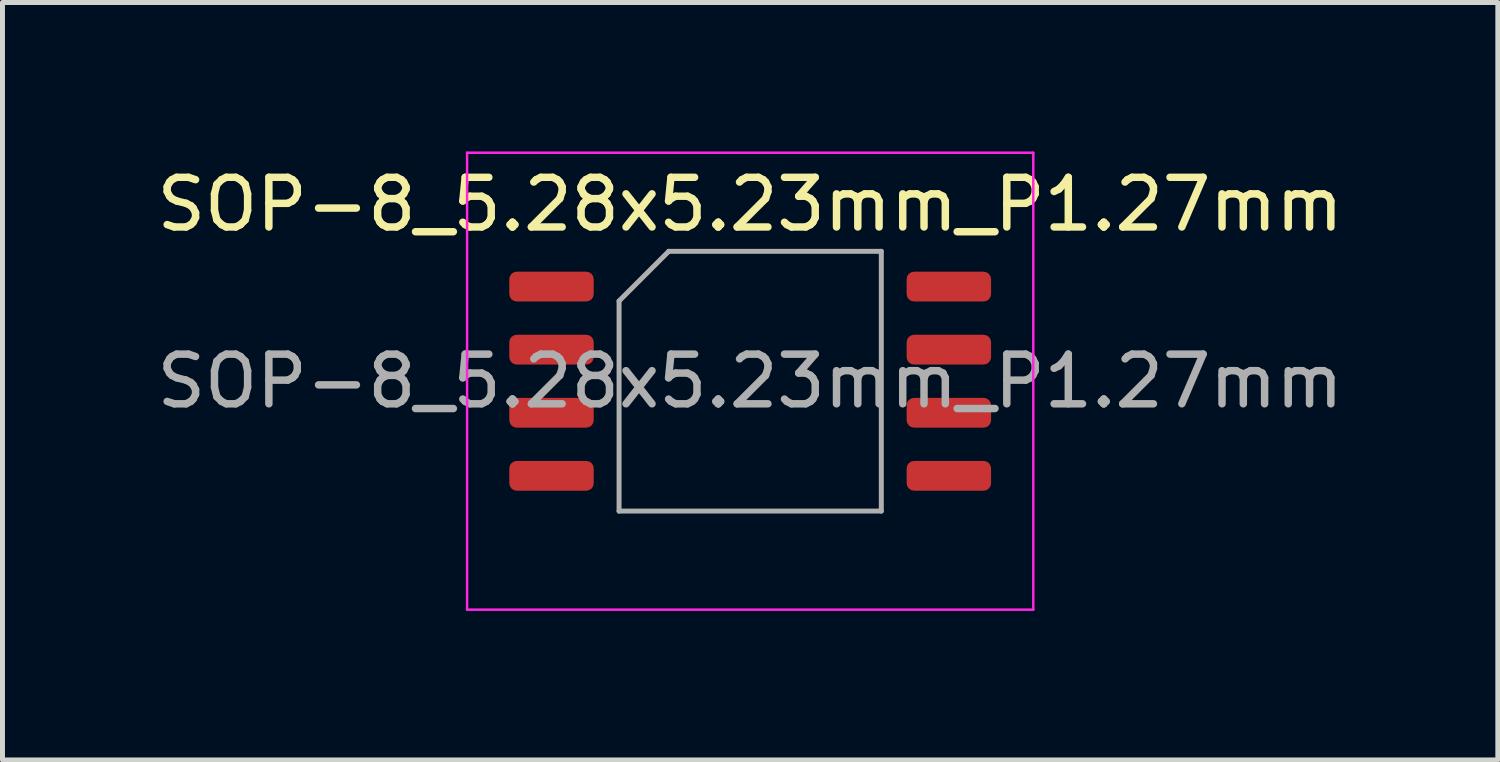
<source format=kicad_pcb>
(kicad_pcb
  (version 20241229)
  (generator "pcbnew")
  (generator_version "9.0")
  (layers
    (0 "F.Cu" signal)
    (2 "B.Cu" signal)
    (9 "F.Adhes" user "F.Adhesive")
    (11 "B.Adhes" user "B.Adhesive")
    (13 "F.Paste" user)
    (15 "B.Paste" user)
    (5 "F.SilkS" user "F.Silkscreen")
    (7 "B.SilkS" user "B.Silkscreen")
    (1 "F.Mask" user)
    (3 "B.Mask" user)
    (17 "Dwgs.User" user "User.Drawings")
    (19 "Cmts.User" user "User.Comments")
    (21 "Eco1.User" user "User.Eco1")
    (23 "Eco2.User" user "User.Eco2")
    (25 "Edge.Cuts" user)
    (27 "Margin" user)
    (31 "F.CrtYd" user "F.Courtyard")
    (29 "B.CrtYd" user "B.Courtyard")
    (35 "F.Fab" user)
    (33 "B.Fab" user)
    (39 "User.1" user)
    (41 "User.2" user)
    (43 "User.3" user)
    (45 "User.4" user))
  (footprint "SOP-8_5.28x5.23mm_P1.27mm"
    (layer "F.Cu")
    (at 12.054 4.625)
    (property "Reference" "SOP-8_5.28x5.23mm_P1.27mm" (at 0 -3.56 0) (layer "F.SilkS") (effects (font (size 1 1) (thickness 0.15))))
    (attr smd)
    (fp_line (start -5.7 -4.6) (end -5.7 4.6) (stroke (width 0.05) (type solid)) (layer "F.CrtYd"))
    (fp_line (start -5.7 4.6) (end 5.7 4.6) (stroke (width 0.05) (type solid)) (layer "F.CrtYd"))
    (fp_line (start 5.7 -4.6) (end -5.7 -4.6) (stroke (width 0.05) (type solid)) (layer "F.CrtYd"))
    (fp_line (start 5.7 4.6) (end 5.7 -4.6) (stroke (width 0.05) (type solid)) (layer "F.CrtYd"))
    (fp_line (start -2.64 -1.615) (end -1.64 -2.615) (stroke (width 0.1) (type solid)) (layer "F.Fab"))
    (fp_line (start -2.64 2.615) (end -2.64 -1.615) (stroke (width 0.1) (type solid)) (layer "F.Fab"))
    (fp_line (start -1.64 -2.615) (end 2.64 -2.615) (stroke (width 0.1) (type solid)) (layer "F.Fab"))
    (fp_line (start 2.64 -2.615) (end 2.64 2.615) (stroke (width 0.1) (type solid)) (layer "F.Fab"))
    (fp_line (start 2.64 2.615) (end -2.64 2.615) (stroke (width 0.1) (type solid)) (layer "F.Fab"))
    (fp_text user "${REFERENCE}" (at 0 0 0) (layer "F.Fab") (effects (font (size 1 1) (thickness 0.15))))
    (pad "1" smd roundrect (at -4 -1.905) (size 1.7 0.6) (layers "F.Cu" "F.Mask" "F.Paste") (roundrect_rratio 0.25))
    (pad "2" smd roundrect (at -4 -0.635) (size 1.7 0.6) (layers "F.Cu" "F.Mask" "F.Paste") (roundrect_rratio 0.25))
    (pad "3" smd roundrect (at -4 0.635) (size 1.7 0.6) (layers "F.Cu" "F.Mask" "F.Paste") (roundrect_rratio 0.25))
    (pad "4" smd roundrect (at -4 1.905) (size 1.7 0.6) (layers "F.Cu" "F.Mask" "F.Paste") (roundrect_rratio 0.25))
    (pad "5" smd roundrect (at 4 1.905) (size 1.7 0.6) (layers "F.Cu" "F.Mask" "F.Paste") (roundrect_rratio 0.25))
    (pad "6" smd roundrect (at 4 0.635) (size 1.7 0.6) (layers "F.Cu" "F.Mask" "F.Paste") (roundrect_rratio 0.25))
    (pad "7" smd roundrect (at 4 -0.635) (size 1.7 0.6) (layers "F.Cu" "F.Mask" "F.Paste") (roundrect_rratio 0.25))
    (pad "8" smd roundrect (at 4 -1.905) (size 1.7 0.6) (layers "F.Cu" "F.Mask" "F.Paste") (roundrect_rratio 0.25)))
  (gr_rect
    (start -3 -3)
    (end 27.107 12.25)
    (stroke (width 0.1) (type default))
    (fill no)
    (layer "Edge.Cuts")))
</source>
